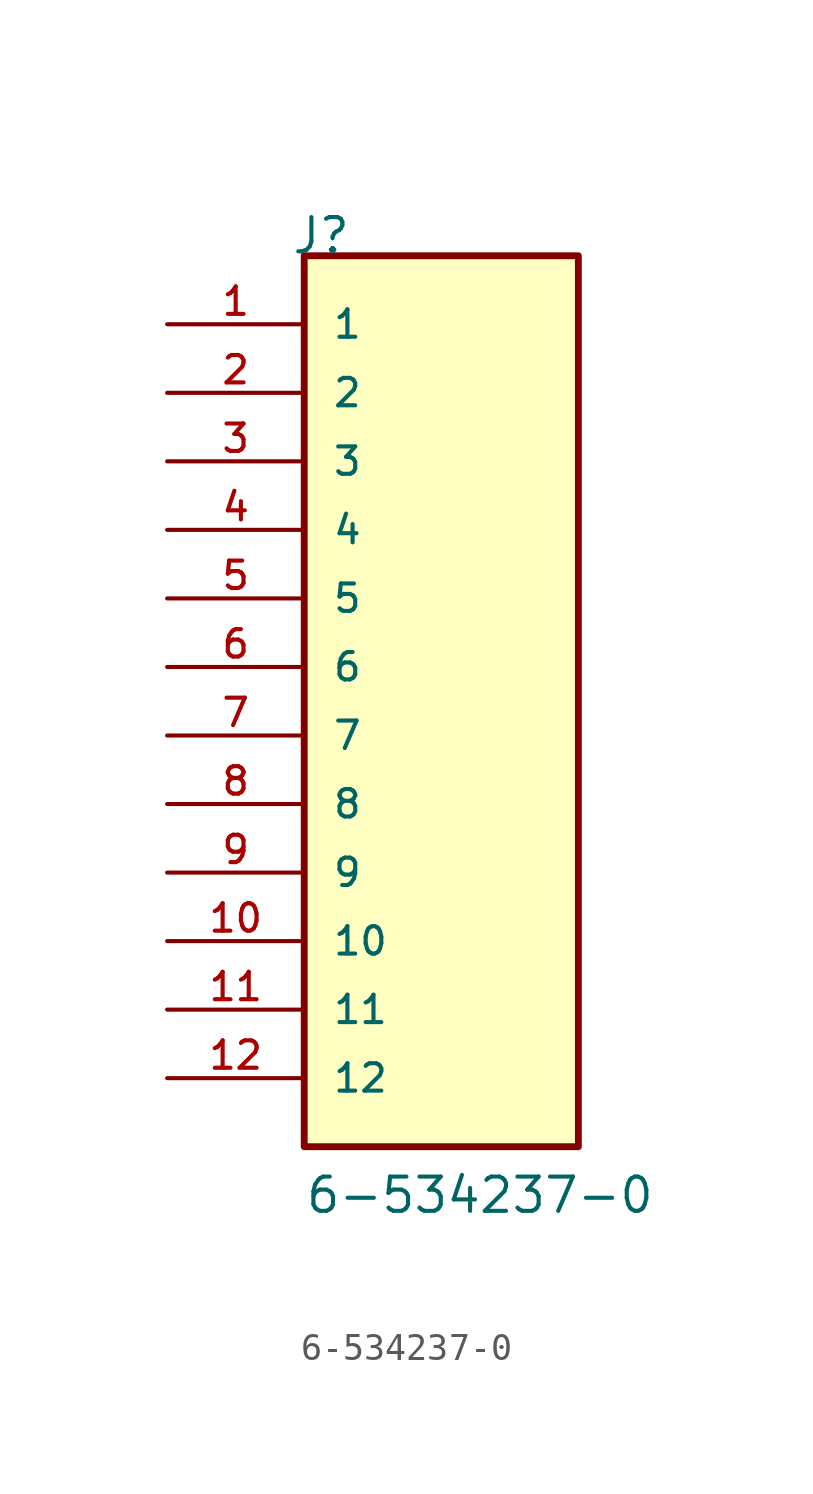
<source format=kicad_sym>
(kicad_symbol_lib
  (version 20211014)
  (generator kicad_symbol_editor)
  (symbol "6-534237-0"
    (pin_names
      (offset 1.016))
    (property "Reference" "J"
      (at -5.58 17.78 0)
      (effects (font (size 1.27 1.27)) (justify bottom left)))
    (property "Value" "6-534237-0"
      (at -5.08 -17.78 0)
      (effects (font (size 1.27 1.27)) (justify bottom left)))
    (symbol "6-534237-0_0_0"
      (rectangle (start -5.08 -15.24) (end 5.08 17.78) (stroke (width 0.254)) (fill (type background)))
      (pin passive line (at -10.16 15.24 0) (length 5.08) (name "1" (effects (font (size 1.016 1.016)))) (number "1" (effects (font (size 1.016 1.016)))))
      (pin passive line (at -10.16 12.7 0) (length 5.08) (name "2" (effects (font (size 1.016 1.016)))) (number "2" (effects (font (size 1.016 1.016)))))
      (pin passive line (at -10.16 10.16 0) (length 5.08) (name "3" (effects (font (size 1.016 1.016)))) (number "3" (effects (font (size 1.016 1.016)))))
      (pin passive line (at -10.16 7.62 0) (length 5.08) (name "4" (effects (font (size 1.016 1.016)))) (number "4" (effects (font (size 1.016 1.016)))))
      (pin passive line (at -10.16 5.08 0) (length 5.08) (name "5" (effects (font (size 1.016 1.016)))) (number "5" (effects (font (size 1.016 1.016)))))
      (pin passive line (at -10.16 2.54 0) (length 5.08) (name "6" (effects (font (size 1.016 1.016)))) (number "6" (effects (font (size 1.016 1.016)))))
      (pin passive line (at -10.16 0.0 0) (length 5.08) (name "7" (effects (font (size 1.016 1.016)))) (number "7" (effects (font (size 1.016 1.016)))))
      (pin passive line (at -10.16 -2.54 0) (length 5.08) (name "8" (effects (font (size 1.016 1.016)))) (number "8" (effects (font (size 1.016 1.016)))))
      (pin passive line (at -10.16 -5.08 0) (length 5.08) (name "9" (effects (font (size 1.016 1.016)))) (number "9" (effects (font (size 1.016 1.016)))))
      (pin passive line (at -10.16 -7.62 0) (length 5.08) (name "10" (effects (font (size 1.016 1.016)))) (number "10" (effects (font (size 1.016 1.016)))))
      (pin passive line (at -10.16 -10.16 0) (length 5.08) (name "11" (effects (font (size 1.016 1.016)))) (number "11" (effects (font (size 1.016 1.016)))))
      (pin passive line (at -10.16 -12.7 0) (length 5.08) (name "12" (effects (font (size 1.016 1.016)))) (number "12" (effects (font (size 1.016 1.016))))))))
</source>
